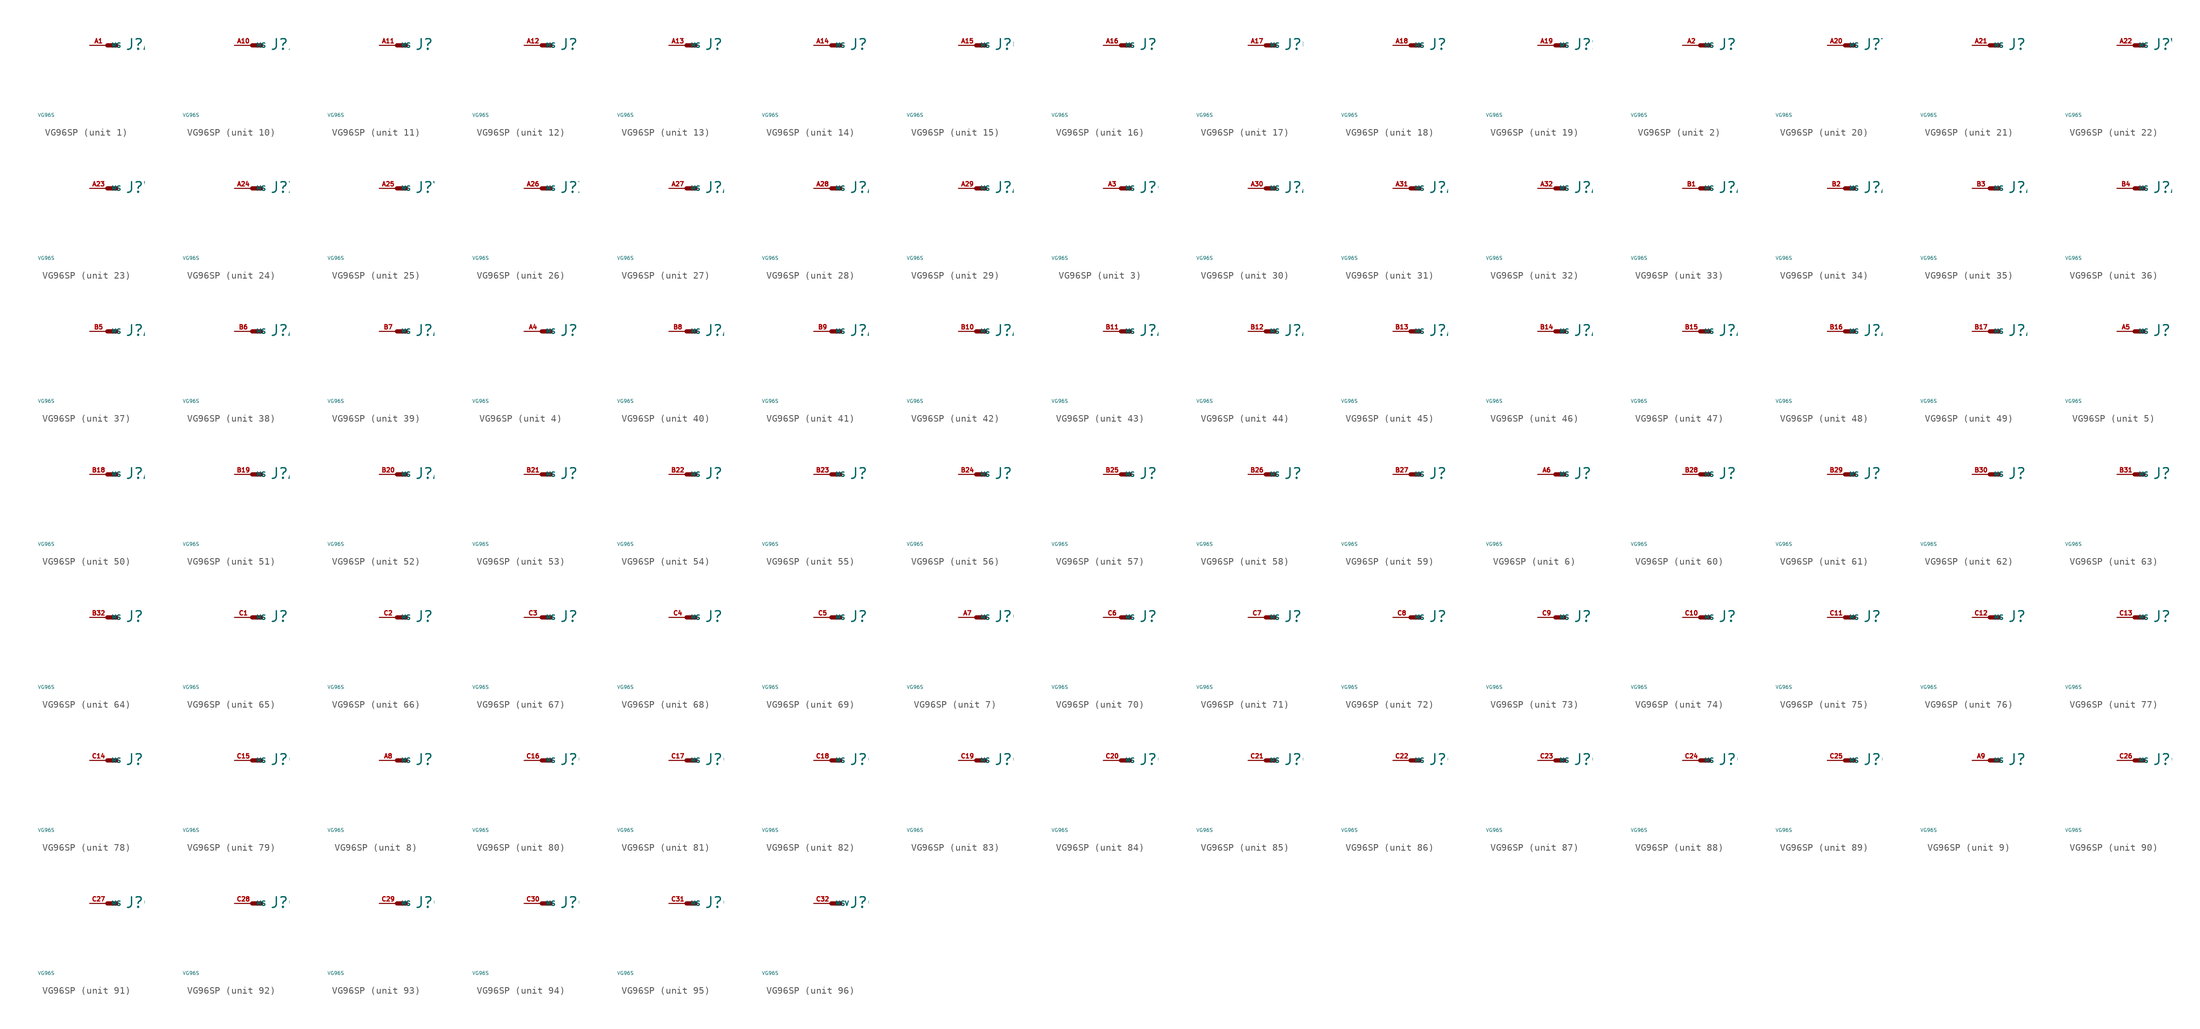
<source format=kicad_sym>
(kicad_symbol_lib
  (version 20220914)
  (generator Eagle2Kicad)
  (symbol "VG96SP"
    (property "Reference" "J"
      (at 2.54 -0.762 0)
      (effects (font (size 1.524 1.524) (thickness 0.19)) (justify left bottom)))
    (property "Value" "VG96S"
      (at -10 -10 0)
      (effects (font (size 0.5 0.5) (thickness 0.06)) (justify left)))
    (symbol "VG96SP_1_0"
      (polyline (pts (xy 0 0) (xy 1.27 0)) (stroke (width 0.61) (type default)) (fill (type none)))
      (pin passive line (at -2.54 0 0) (length 2.54) (name "MS" (effects (font (size 0.635 0.635) (thickness 0.08)) (justify left bottom))) (number "A1" (effects (font (size 0.635 0.635) (thickness 0.08)) (justify left bottom)))))
    (symbol "VG96SP_2_0"
      (polyline (pts (xy 0 0) (xy 1.27 0)) (stroke (width 0.61) (type default)) (fill (type none)))
      (pin passive line (at -2.54 0 0) (length 2.54) (name "MS" (effects (font (size 0.635 0.635) (thickness 0.08)) (justify left bottom))) (number "A2" (effects (font (size 0.635 0.635) (thickness 0.08)) (justify left bottom)))))
    (symbol "VG96SP_3_0"
      (polyline (pts (xy 0 0) (xy 1.27 0)) (stroke (width 0.61) (type default)) (fill (type none)))
      (pin passive line (at -2.54 0 0) (length 2.54) (name "MS" (effects (font (size 0.635 0.635) (thickness 0.08)) (justify left bottom))) (number "A3" (effects (font (size 0.635 0.635) (thickness 0.08)) (justify left bottom)))))
    (symbol "VG96SP_4_0"
      (polyline (pts (xy 0 0) (xy 1.27 0)) (stroke (width 0.61) (type default)) (fill (type none)))
      (pin passive line (at -2.54 0 0) (length 2.54) (name "MS" (effects (font (size 0.635 0.635) (thickness 0.08)) (justify left bottom))) (number "A4" (effects (font (size 0.635 0.635) (thickness 0.08)) (justify left bottom)))))
    (symbol "VG96SP_5_0"
      (polyline (pts (xy 0 0) (xy 1.27 0)) (stroke (width 0.61) (type default)) (fill (type none)))
      (pin passive line (at -2.54 0 0) (length 2.54) (name "MS" (effects (font (size 0.635 0.635) (thickness 0.08)) (justify left bottom))) (number "A5" (effects (font (size 0.635 0.635) (thickness 0.08)) (justify left bottom)))))
    (symbol "VG96SP_6_0"
      (polyline (pts (xy 0 0) (xy 1.27 0)) (stroke (width 0.61) (type default)) (fill (type none)))
      (pin passive line (at -2.54 0 0) (length 2.54) (name "MS" (effects (font (size 0.635 0.635) (thickness 0.08)) (justify left bottom))) (number "A6" (effects (font (size 0.635 0.635) (thickness 0.08)) (justify left bottom)))))
    (symbol "VG96SP_7_0"
      (polyline (pts (xy 0 0) (xy 1.27 0)) (stroke (width 0.61) (type default)) (fill (type none)))
      (pin passive line (at -2.54 0 0) (length 2.54) (name "MS" (effects (font (size 0.635 0.635) (thickness 0.08)) (justify left bottom))) (number "A7" (effects (font (size 0.635 0.635) (thickness 0.08)) (justify left bottom)))))
    (symbol "VG96SP_8_0"
      (polyline (pts (xy 0 0) (xy 1.27 0)) (stroke (width 0.61) (type default)) (fill (type none)))
      (pin passive line (at -2.54 0 0) (length 2.54) (name "MS" (effects (font (size 0.635 0.635) (thickness 0.08)) (justify left bottom))) (number "A8" (effects (font (size 0.635 0.635) (thickness 0.08)) (justify left bottom)))))
    (symbol "VG96SP_9_0"
      (polyline (pts (xy 0 0) (xy 1.27 0)) (stroke (width 0.61) (type default)) (fill (type none)))
      (pin passive line (at -2.54 0 0) (length 2.54) (name "MS" (effects (font (size 0.635 0.635) (thickness 0.08)) (justify left bottom))) (number "A9" (effects (font (size 0.635 0.635) (thickness 0.08)) (justify left bottom)))))
    (symbol "VG96SP_10_0"
      (polyline (pts (xy 0 0) (xy 1.27 0)) (stroke (width 0.61) (type default)) (fill (type none)))
      (pin passive line (at -2.54 0 0) (length 2.54) (name "MS" (effects (font (size 0.635 0.635) (thickness 0.08)) (justify left bottom))) (number "A10" (effects (font (size 0.635 0.635) (thickness 0.08)) (justify left bottom)))))
    (symbol "VG96SP_11_0"
      (polyline (pts (xy 0 0) (xy 1.27 0)) (stroke (width 0.61) (type default)) (fill (type none)))
      (pin passive line (at -2.54 0 0) (length 2.54) (name "MS" (effects (font (size 0.635 0.635) (thickness 0.08)) (justify left bottom))) (number "A11" (effects (font (size 0.635 0.635) (thickness 0.08)) (justify left bottom)))))
    (symbol "VG96SP_12_0"
      (polyline (pts (xy 0 0) (xy 1.27 0)) (stroke (width 0.61) (type default)) (fill (type none)))
      (pin passive line (at -2.54 0 0) (length 2.54) (name "MS" (effects (font (size 0.635 0.635) (thickness 0.08)) (justify left bottom))) (number "A12" (effects (font (size 0.635 0.635) (thickness 0.08)) (justify left bottom)))))
    (symbol "VG96SP_13_0"
      (polyline (pts (xy 0 0) (xy 1.27 0)) (stroke (width 0.61) (type default)) (fill (type none)))
      (pin passive line (at -2.54 0 0) (length 2.54) (name "MS" (effects (font (size 0.635 0.635) (thickness 0.08)) (justify left bottom))) (number "A13" (effects (font (size 0.635 0.635) (thickness 0.08)) (justify left bottom)))))
    (symbol "VG96SP_14_0"
      (polyline (pts (xy 0 0) (xy 1.27 0)) (stroke (width 0.61) (type default)) (fill (type none)))
      (pin passive line (at -2.54 0 0) (length 2.54) (name "MS" (effects (font (size 0.635 0.635) (thickness 0.08)) (justify left bottom))) (number "A14" (effects (font (size 0.635 0.635) (thickness 0.08)) (justify left bottom)))))
    (symbol "VG96SP_15_0"
      (polyline (pts (xy 0 0) (xy 1.27 0)) (stroke (width 0.61) (type default)) (fill (type none)))
      (pin passive line (at -2.54 0 0) (length 2.54) (name "MS" (effects (font (size 0.635 0.635) (thickness 0.08)) (justify left bottom))) (number "A15" (effects (font (size 0.635 0.635) (thickness 0.08)) (justify left bottom)))))
    (symbol "VG96SP_16_0"
      (polyline (pts (xy 0 0) (xy 1.27 0)) (stroke (width 0.61) (type default)) (fill (type none)))
      (pin passive line (at -2.54 0 0) (length 2.54) (name "MS" (effects (font (size 0.635 0.635) (thickness 0.08)) (justify left bottom))) (number "A16" (effects (font (size 0.635 0.635) (thickness 0.08)) (justify left bottom)))))
    (symbol "VG96SP_17_0"
      (polyline (pts (xy 0 0) (xy 1.27 0)) (stroke (width 0.61) (type default)) (fill (type none)))
      (pin passive line (at -2.54 0 0) (length 2.54) (name "MS" (effects (font (size 0.635 0.635) (thickness 0.08)) (justify left bottom))) (number "A17" (effects (font (size 0.635 0.635) (thickness 0.08)) (justify left bottom)))))
    (symbol "VG96SP_18_0"
      (polyline (pts (xy 0 0) (xy 1.27 0)) (stroke (width 0.61) (type default)) (fill (type none)))
      (pin passive line (at -2.54 0 0) (length 2.54) (name "MS" (effects (font (size 0.635 0.635) (thickness 0.08)) (justify left bottom))) (number "A18" (effects (font (size 0.635 0.635) (thickness 0.08)) (justify left bottom)))))
    (symbol "VG96SP_19_0"
      (polyline (pts (xy 0 0) (xy 1.27 0)) (stroke (width 0.61) (type default)) (fill (type none)))
      (pin passive line (at -2.54 0 0) (length 2.54) (name "MS" (effects (font (size 0.635 0.635) (thickness 0.08)) (justify left bottom))) (number "A19" (effects (font (size 0.635 0.635) (thickness 0.08)) (justify left bottom)))))
    (symbol "VG96SP_20_0"
      (polyline (pts (xy 0 0) (xy 1.27 0)) (stroke (width 0.61) (type default)) (fill (type none)))
      (pin passive line (at -2.54 0 0) (length 2.54) (name "MS" (effects (font (size 0.635 0.635) (thickness 0.08)) (justify left bottom))) (number "A20" (effects (font (size 0.635 0.635) (thickness 0.08)) (justify left bottom)))))
    (symbol "VG96SP_21_0"
      (polyline (pts (xy 0 0) (xy 1.27 0)) (stroke (width 0.61) (type default)) (fill (type none)))
      (pin passive line (at -2.54 0 0) (length 2.54) (name "MS" (effects (font (size 0.635 0.635) (thickness 0.08)) (justify left bottom))) (number "A21" (effects (font (size 0.635 0.635) (thickness 0.08)) (justify left bottom)))))
    (symbol "VG96SP_22_0"
      (polyline (pts (xy 0 0) (xy 1.27 0)) (stroke (width 0.61) (type default)) (fill (type none)))
      (pin passive line (at -2.54 0 0) (length 2.54) (name "MS" (effects (font (size 0.635 0.635) (thickness 0.08)) (justify left bottom))) (number "A22" (effects (font (size 0.635 0.635) (thickness 0.08)) (justify left bottom)))))
    (symbol "VG96SP_23_0"
      (polyline (pts (xy 0 0) (xy 1.27 0)) (stroke (width 0.61) (type default)) (fill (type none)))
      (pin passive line (at -2.54 0 0) (length 2.54) (name "MS" (effects (font (size 0.635 0.635) (thickness 0.08)) (justify left bottom))) (number "A23" (effects (font (size 0.635 0.635) (thickness 0.08)) (justify left bottom)))))
    (symbol "VG96SP_24_0"
      (polyline (pts (xy 0 0) (xy 1.27 0)) (stroke (width 0.61) (type default)) (fill (type none)))
      (pin passive line (at -2.54 0 0) (length 2.54) (name "MS" (effects (font (size 0.635 0.635) (thickness 0.08)) (justify left bottom))) (number "A24" (effects (font (size 0.635 0.635) (thickness 0.08)) (justify left bottom)))))
    (symbol "VG96SP_25_0"
      (polyline (pts (xy 0 0) (xy 1.27 0)) (stroke (width 0.61) (type default)) (fill (type none)))
      (pin passive line (at -2.54 0 0) (length 2.54) (name "MS" (effects (font (size 0.635 0.635) (thickness 0.08)) (justify left bottom))) (number "A25" (effects (font (size 0.635 0.635) (thickness 0.08)) (justify left bottom)))))
    (symbol "VG96SP_26_0"
      (polyline (pts (xy 0 0) (xy 1.27 0)) (stroke (width 0.61) (type default)) (fill (type none)))
      (pin passive line (at -2.54 0 0) (length 2.54) (name "MS" (effects (font (size 0.635 0.635) (thickness 0.08)) (justify left bottom))) (number "A26" (effects (font (size 0.635 0.635) (thickness 0.08)) (justify left bottom)))))
    (symbol "VG96SP_27_0"
      (polyline (pts (xy 0 0) (xy 1.27 0)) (stroke (width 0.61) (type default)) (fill (type none)))
      (pin passive line (at -2.54 0 0) (length 2.54) (name "MS" (effects (font (size 0.635 0.635) (thickness 0.08)) (justify left bottom))) (number "A27" (effects (font (size 0.635 0.635) (thickness 0.08)) (justify left bottom)))))
    (symbol "VG96SP_28_0"
      (polyline (pts (xy 0 0) (xy 1.27 0)) (stroke (width 0.61) (type default)) (fill (type none)))
      (pin passive line (at -2.54 0 0) (length 2.54) (name "MS" (effects (font (size 0.635 0.635) (thickness 0.08)) (justify left bottom))) (number "A28" (effects (font (size 0.635 0.635) (thickness 0.08)) (justify left bottom)))))
    (symbol "VG96SP_29_0"
      (polyline (pts (xy 0 0) (xy 1.27 0)) (stroke (width 0.61) (type default)) (fill (type none)))
      (pin passive line (at -2.54 0 0) (length 2.54) (name "MS" (effects (font (size 0.635 0.635) (thickness 0.08)) (justify left bottom))) (number "A29" (effects (font (size 0.635 0.635) (thickness 0.08)) (justify left bottom)))))
    (symbol "VG96SP_30_0"
      (polyline (pts (xy 0 0) (xy 1.27 0)) (stroke (width 0.61) (type default)) (fill (type none)))
      (pin passive line (at -2.54 0 0) (length 2.54) (name "MS" (effects (font (size 0.635 0.635) (thickness 0.08)) (justify left bottom))) (number "A30" (effects (font (size 0.635 0.635) (thickness 0.08)) (justify left bottom)))))
    (symbol "VG96SP_31_0"
      (polyline (pts (xy 0 0) (xy 1.27 0)) (stroke (width 0.61) (type default)) (fill (type none)))
      (pin passive line (at -2.54 0 0) (length 2.54) (name "MS" (effects (font (size 0.635 0.635) (thickness 0.08)) (justify left bottom))) (number "A31" (effects (font (size 0.635 0.635) (thickness 0.08)) (justify left bottom)))))
    (symbol "VG96SP_32_0"
      (polyline (pts (xy 0 0) (xy 1.27 0)) (stroke (width 0.61) (type default)) (fill (type none)))
      (pin passive line (at -2.54 0 0) (length 2.54) (name "MS" (effects (font (size 0.635 0.635) (thickness 0.08)) (justify left bottom))) (number "A32" (effects (font (size 0.635 0.635) (thickness 0.08)) (justify left bottom)))))
    (symbol "VG96SP_33_0"
      (polyline (pts (xy 0 0) (xy 1.27 0)) (stroke (width 0.61) (type default)) (fill (type none)))
      (pin passive line (at -2.54 0 0) (length 2.54) (name "MS" (effects (font (size 0.635 0.635) (thickness 0.08)) (justify left bottom))) (number "B1" (effects (font (size 0.635 0.635) (thickness 0.08)) (justify left bottom)))))
    (symbol "VG96SP_34_0"
      (polyline (pts (xy 0 0) (xy 1.27 0)) (stroke (width 0.61) (type default)) (fill (type none)))
      (pin passive line (at -2.54 0 0) (length 2.54) (name "MS" (effects (font (size 0.635 0.635) (thickness 0.08)) (justify left bottom))) (number "B2" (effects (font (size 0.635 0.635) (thickness 0.08)) (justify left bottom)))))
    (symbol "VG96SP_35_0"
      (polyline (pts (xy 0 0) (xy 1.27 0)) (stroke (width 0.61) (type default)) (fill (type none)))
      (pin passive line (at -2.54 0 0) (length 2.54) (name "MS" (effects (font (size 0.635 0.635) (thickness 0.08)) (justify left bottom))) (number "B3" (effects (font (size 0.635 0.635) (thickness 0.08)) (justify left bottom)))))
    (symbol "VG96SP_36_0"
      (polyline (pts (xy 0 0) (xy 1.27 0)) (stroke (width 0.61) (type default)) (fill (type none)))
      (pin passive line (at -2.54 0 0) (length 2.54) (name "MS" (effects (font (size 0.635 0.635) (thickness 0.08)) (justify left bottom))) (number "B4" (effects (font (size 0.635 0.635) (thickness 0.08)) (justify left bottom)))))
    (symbol "VG96SP_37_0"
      (polyline (pts (xy 0 0) (xy 1.27 0)) (stroke (width 0.61) (type default)) (fill (type none)))
      (pin passive line (at -2.54 0 0) (length 2.54) (name "MS" (effects (font (size 0.635 0.635) (thickness 0.08)) (justify left bottom))) (number "B5" (effects (font (size 0.635 0.635) (thickness 0.08)) (justify left bottom)))))
    (symbol "VG96SP_38_0"
      (polyline (pts (xy 0 0) (xy 1.27 0)) (stroke (width 0.61) (type default)) (fill (type none)))
      (pin passive line (at -2.54 0 0) (length 2.54) (name "MS" (effects (font (size 0.635 0.635) (thickness 0.08)) (justify left bottom))) (number "B6" (effects (font (size 0.635 0.635) (thickness 0.08)) (justify left bottom)))))
    (symbol "VG96SP_39_0"
      (polyline (pts (xy 0 0) (xy 1.27 0)) (stroke (width 0.61) (type default)) (fill (type none)))
      (pin passive line (at -2.54 0 0) (length 2.54) (name "MS" (effects (font (size 0.635 0.635) (thickness 0.08)) (justify left bottom))) (number "B7" (effects (font (size 0.635 0.635) (thickness 0.08)) (justify left bottom)))))
    (symbol "VG96SP_40_0"
      (polyline (pts (xy 0 0) (xy 1.27 0)) (stroke (width 0.61) (type default)) (fill (type none)))
      (pin passive line (at -2.54 0 0) (length 2.54) (name "MS" (effects (font (size 0.635 0.635) (thickness 0.08)) (justify left bottom))) (number "B8" (effects (font (size 0.635 0.635) (thickness 0.08)) (justify left bottom)))))
    (symbol "VG96SP_41_0"
      (polyline (pts (xy 0 0) (xy 1.27 0)) (stroke (width 0.61) (type default)) (fill (type none)))
      (pin passive line (at -2.54 0 0) (length 2.54) (name "MS" (effects (font (size 0.635 0.635) (thickness 0.08)) (justify left bottom))) (number "B9" (effects (font (size 0.635 0.635) (thickness 0.08)) (justify left bottom)))))
    (symbol "VG96SP_42_0"
      (polyline (pts (xy 0 0) (xy 1.27 0)) (stroke (width 0.61) (type default)) (fill (type none)))
      (pin passive line (at -2.54 0 0) (length 2.54) (name "MS" (effects (font (size 0.635 0.635) (thickness 0.08)) (justify left bottom))) (number "B10" (effects (font (size 0.635 0.635) (thickness 0.08)) (justify left bottom)))))
    (symbol "VG96SP_43_0"
      (polyline (pts (xy 0 0) (xy 1.27 0)) (stroke (width 0.61) (type default)) (fill (type none)))
      (pin passive line (at -2.54 0 0) (length 2.54) (name "MS" (effects (font (size 0.635 0.635) (thickness 0.08)) (justify left bottom))) (number "B11" (effects (font (size 0.635 0.635) (thickness 0.08)) (justify left bottom)))))
    (symbol "VG96SP_44_0"
      (polyline (pts (xy 0 0) (xy 1.27 0)) (stroke (width 0.61) (type default)) (fill (type none)))
      (pin passive line (at -2.54 0 0) (length 2.54) (name "MS" (effects (font (size 0.635 0.635) (thickness 0.08)) (justify left bottom))) (number "B12" (effects (font (size 0.635 0.635) (thickness 0.08)) (justify left bottom)))))
    (symbol "VG96SP_45_0"
      (polyline (pts (xy 0 0) (xy 1.27 0)) (stroke (width 0.61) (type default)) (fill (type none)))
      (pin passive line (at -2.54 0 0) (length 2.54) (name "MS" (effects (font (size 0.635 0.635) (thickness 0.08)) (justify left bottom))) (number "B13" (effects (font (size 0.635 0.635) (thickness 0.08)) (justify left bottom)))))
    (symbol "VG96SP_46_0"
      (polyline (pts (xy 0 0) (xy 1.27 0)) (stroke (width 0.61) (type default)) (fill (type none)))
      (pin passive line (at -2.54 0 0) (length 2.54) (name "MS" (effects (font (size 0.635 0.635) (thickness 0.08)) (justify left bottom))) (number "B14" (effects (font (size 0.635 0.635) (thickness 0.08)) (justify left bottom)))))
    (symbol "VG96SP_47_0"
      (polyline (pts (xy 0 0) (xy 1.27 0)) (stroke (width 0.61) (type default)) (fill (type none)))
      (pin passive line (at -2.54 0 0) (length 2.54) (name "MS" (effects (font (size 0.635 0.635) (thickness 0.08)) (justify left bottom))) (number "B15" (effects (font (size 0.635 0.635) (thickness 0.08)) (justify left bottom)))))
    (symbol "VG96SP_48_0"
      (polyline (pts (xy 0 0) (xy 1.27 0)) (stroke (width 0.61) (type default)) (fill (type none)))
      (pin passive line (at -2.54 0 0) (length 2.54) (name "MS" (effects (font (size 0.635 0.635) (thickness 0.08)) (justify left bottom))) (number "B16" (effects (font (size 0.635 0.635) (thickness 0.08)) (justify left bottom)))))
    (symbol "VG96SP_49_0"
      (polyline (pts (xy 0 0) (xy 1.27 0)) (stroke (width 0.61) (type default)) (fill (type none)))
      (pin passive line (at -2.54 0 0) (length 2.54) (name "MS" (effects (font (size 0.635 0.635) (thickness 0.08)) (justify left bottom))) (number "B17" (effects (font (size 0.635 0.635) (thickness 0.08)) (justify left bottom)))))
    (symbol "VG96SP_50_0"
      (polyline (pts (xy 0 0) (xy 1.27 0)) (stroke (width 0.61) (type default)) (fill (type none)))
      (pin passive line (at -2.54 0 0) (length 2.54) (name "MS" (effects (font (size 0.635 0.635) (thickness 0.08)) (justify left bottom))) (number "B18" (effects (font (size 0.635 0.635) (thickness 0.08)) (justify left bottom)))))
    (symbol "VG96SP_51_0"
      (polyline (pts (xy 0 0) (xy 1.27 0)) (stroke (width 0.61) (type default)) (fill (type none)))
      (pin passive line (at -2.54 0 0) (length 2.54) (name "MS" (effects (font (size 0.635 0.635) (thickness 0.08)) (justify left bottom))) (number "B19" (effects (font (size 0.635 0.635) (thickness 0.08)) (justify left bottom)))))
    (symbol "VG96SP_52_0"
      (polyline (pts (xy 0 0) (xy 1.27 0)) (stroke (width 0.61) (type default)) (fill (type none)))
      (pin passive line (at -2.54 0 0) (length 2.54) (name "MS" (effects (font (size 0.635 0.635) (thickness 0.08)) (justify left bottom))) (number "B20" (effects (font (size 0.635 0.635) (thickness 0.08)) (justify left bottom)))))
    (symbol "VG96SP_53_0"
      (polyline (pts (xy 0 0) (xy 1.27 0)) (stroke (width 0.61) (type default)) (fill (type none)))
      (pin passive line (at -2.54 0 0) (length 2.54) (name "MS" (effects (font (size 0.635 0.635) (thickness 0.08)) (justify left bottom))) (number "B21" (effects (font (size 0.635 0.635) (thickness 0.08)) (justify left bottom)))))
    (symbol "VG96SP_54_0"
      (polyline (pts (xy 0 0) (xy 1.27 0)) (stroke (width 0.61) (type default)) (fill (type none)))
      (pin passive line (at -2.54 0 0) (length 2.54) (name "MS" (effects (font (size 0.635 0.635) (thickness 0.08)) (justify left bottom))) (number "B22" (effects (font (size 0.635 0.635) (thickness 0.08)) (justify left bottom)))))
    (symbol "VG96SP_55_0"
      (polyline (pts (xy 0 0) (xy 1.27 0)) (stroke (width 0.61) (type default)) (fill (type none)))
      (pin passive line (at -2.54 0 0) (length 2.54) (name "MS" (effects (font (size 0.635 0.635) (thickness 0.08)) (justify left bottom))) (number "B23" (effects (font (size 0.635 0.635) (thickness 0.08)) (justify left bottom)))))
    (symbol "VG96SP_56_0"
      (polyline (pts (xy 0 0) (xy 1.27 0)) (stroke (width 0.61) (type default)) (fill (type none)))
      (pin passive line (at -2.54 0 0) (length 2.54) (name "MS" (effects (font (size 0.635 0.635) (thickness 0.08)) (justify left bottom))) (number "B24" (effects (font (size 0.635 0.635) (thickness 0.08)) (justify left bottom)))))
    (symbol "VG96SP_57_0"
      (polyline (pts (xy 0 0) (xy 1.27 0)) (stroke (width 0.61) (type default)) (fill (type none)))
      (pin passive line (at -2.54 0 0) (length 2.54) (name "MS" (effects (font (size 0.635 0.635) (thickness 0.08)) (justify left bottom))) (number "B25" (effects (font (size 0.635 0.635) (thickness 0.08)) (justify left bottom)))))
    (symbol "VG96SP_58_0"
      (polyline (pts (xy 0 0) (xy 1.27 0)) (stroke (width 0.61) (type default)) (fill (type none)))
      (pin passive line (at -2.54 0 0) (length 2.54) (name "MS" (effects (font (size 0.635 0.635) (thickness 0.08)) (justify left bottom))) (number "B26" (effects (font (size 0.635 0.635) (thickness 0.08)) (justify left bottom)))))
    (symbol "VG96SP_59_0"
      (polyline (pts (xy 0 0) (xy 1.27 0)) (stroke (width 0.61) (type default)) (fill (type none)))
      (pin passive line (at -2.54 0 0) (length 2.54) (name "MS" (effects (font (size 0.635 0.635) (thickness 0.08)) (justify left bottom))) (number "B27" (effects (font (size 0.635 0.635) (thickness 0.08)) (justify left bottom)))))
    (symbol "VG96SP_60_0"
      (polyline (pts (xy 0 0) (xy 1.27 0)) (stroke (width 0.61) (type default)) (fill (type none)))
      (pin passive line (at -2.54 0 0) (length 2.54) (name "MS" (effects (font (size 0.635 0.635) (thickness 0.08)) (justify left bottom))) (number "B28" (effects (font (size 0.635 0.635) (thickness 0.08)) (justify left bottom)))))
    (symbol "VG96SP_61_0"
      (polyline (pts (xy 0 0) (xy 1.27 0)) (stroke (width 0.61) (type default)) (fill (type none)))
      (pin passive line (at -2.54 0 0) (length 2.54) (name "MS" (effects (font (size 0.635 0.635) (thickness 0.08)) (justify left bottom))) (number "B29" (effects (font (size 0.635 0.635) (thickness 0.08)) (justify left bottom)))))
    (symbol "VG96SP_62_0"
      (polyline (pts (xy 0 0) (xy 1.27 0)) (stroke (width 0.61) (type default)) (fill (type none)))
      (pin passive line (at -2.54 0 0) (length 2.54) (name "MS" (effects (font (size 0.635 0.635) (thickness 0.08)) (justify left bottom))) (number "B30" (effects (font (size 0.635 0.635) (thickness 0.08)) (justify left bottom)))))
    (symbol "VG96SP_63_0"
      (polyline (pts (xy 0 0) (xy 1.27 0)) (stroke (width 0.61) (type default)) (fill (type none)))
      (pin passive line (at -2.54 0 0) (length 2.54) (name "MS" (effects (font (size 0.635 0.635) (thickness 0.08)) (justify left bottom))) (number "B31" (effects (font (size 0.635 0.635) (thickness 0.08)) (justify left bottom)))))
    (symbol "VG96SP_64_0"
      (polyline (pts (xy 0 0) (xy 1.27 0)) (stroke (width 0.61) (type default)) (fill (type none)))
      (pin passive line (at -2.54 0 0) (length 2.54) (name "MS" (effects (font (size 0.635 0.635) (thickness 0.08)) (justify left bottom))) (number "B32" (effects (font (size 0.635 0.635) (thickness 0.08)) (justify left bottom)))))
    (symbol "VG96SP_65_0"
      (polyline (pts (xy 0 0) (xy 1.27 0)) (stroke (width 0.61) (type default)) (fill (type none)))
      (pin passive line (at -2.54 0 0) (length 2.54) (name "MS" (effects (font (size 0.635 0.635) (thickness 0.08)) (justify left bottom))) (number "C1" (effects (font (size 0.635 0.635) (thickness 0.08)) (justify left bottom)))))
    (symbol "VG96SP_66_0"
      (polyline (pts (xy 0 0) (xy 1.27 0)) (stroke (width 0.61) (type default)) (fill (type none)))
      (pin passive line (at -2.54 0 0) (length 2.54) (name "MS" (effects (font (size 0.635 0.635) (thickness 0.08)) (justify left bottom))) (number "C2" (effects (font (size 0.635 0.635) (thickness 0.08)) (justify left bottom)))))
    (symbol "VG96SP_67_0"
      (polyline (pts (xy 0 0) (xy 1.27 0)) (stroke (width 0.61) (type default)) (fill (type none)))
      (pin passive line (at -2.54 0 0) (length 2.54) (name "MS" (effects (font (size 0.635 0.635) (thickness 0.08)) (justify left bottom))) (number "C3" (effects (font (size 0.635 0.635) (thickness 0.08)) (justify left bottom)))))
    (symbol "VG96SP_68_0"
      (polyline (pts (xy 0 0) (xy 1.27 0)) (stroke (width 0.61) (type default)) (fill (type none)))
      (pin passive line (at -2.54 0 0) (length 2.54) (name "MS" (effects (font (size 0.635 0.635) (thickness 0.08)) (justify left bottom))) (number "C4" (effects (font (size 0.635 0.635) (thickness 0.08)) (justify left bottom)))))
    (symbol "VG96SP_69_0"
      (polyline (pts (xy 0 0) (xy 1.27 0)) (stroke (width 0.61) (type default)) (fill (type none)))
      (pin passive line (at -2.54 0 0) (length 2.54) (name "MS" (effects (font (size 0.635 0.635) (thickness 0.08)) (justify left bottom))) (number "C5" (effects (font (size 0.635 0.635) (thickness 0.08)) (justify left bottom)))))
    (symbol "VG96SP_70_0"
      (polyline (pts (xy 0 0) (xy 1.27 0)) (stroke (width 0.61) (type default)) (fill (type none)))
      (pin passive line (at -2.54 0 0) (length 2.54) (name "MS" (effects (font (size 0.635 0.635) (thickness 0.08)) (justify left bottom))) (number "C6" (effects (font (size 0.635 0.635) (thickness 0.08)) (justify left bottom)))))
    (symbol "VG96SP_71_0"
      (polyline (pts (xy 0 0) (xy 1.27 0)) (stroke (width 0.61) (type default)) (fill (type none)))
      (pin passive line (at -2.54 0 0) (length 2.54) (name "MS" (effects (font (size 0.635 0.635) (thickness 0.08)) (justify left bottom))) (number "C7" (effects (font (size 0.635 0.635) (thickness 0.08)) (justify left bottom)))))
    (symbol "VG96SP_72_0"
      (polyline (pts (xy 0 0) (xy 1.27 0)) (stroke (width 0.61) (type default)) (fill (type none)))
      (pin passive line (at -2.54 0 0) (length 2.54) (name "MS" (effects (font (size 0.635 0.635) (thickness 0.08)) (justify left bottom))) (number "C8" (effects (font (size 0.635 0.635) (thickness 0.08)) (justify left bottom)))))
    (symbol "VG96SP_73_0"
      (polyline (pts (xy 0 0) (xy 1.27 0)) (stroke (width 0.61) (type default)) (fill (type none)))
      (pin passive line (at -2.54 0 0) (length 2.54) (name "MS" (effects (font (size 0.635 0.635) (thickness 0.08)) (justify left bottom))) (number "C9" (effects (font (size 0.635 0.635) (thickness 0.08)) (justify left bottom)))))
    (symbol "VG96SP_74_0"
      (polyline (pts (xy 0 0) (xy 1.27 0)) (stroke (width 0.61) (type default)) (fill (type none)))
      (pin passive line (at -2.54 0 0) (length 2.54) (name "MS" (effects (font (size 0.635 0.635) (thickness 0.08)) (justify left bottom))) (number "C10" (effects (font (size 0.635 0.635) (thickness 0.08)) (justify left bottom)))))
    (symbol "VG96SP_75_0"
      (polyline (pts (xy 0 0) (xy 1.27 0)) (stroke (width 0.61) (type default)) (fill (type none)))
      (pin passive line (at -2.54 0 0) (length 2.54) (name "MS" (effects (font (size 0.635 0.635) (thickness 0.08)) (justify left bottom))) (number "C11" (effects (font (size 0.635 0.635) (thickness 0.08)) (justify left bottom)))))
    (symbol "VG96SP_76_0"
      (polyline (pts (xy 0 0) (xy 1.27 0)) (stroke (width 0.61) (type default)) (fill (type none)))
      (pin passive line (at -2.54 0 0) (length 2.54) (name "MS" (effects (font (size 0.635 0.635) (thickness 0.08)) (justify left bottom))) (number "C12" (effects (font (size 0.635 0.635) (thickness 0.08)) (justify left bottom)))))
    (symbol "VG96SP_77_0"
      (polyline (pts (xy 0 0) (xy 1.27 0)) (stroke (width 0.61) (type default)) (fill (type none)))
      (pin passive line (at -2.54 0 0) (length 2.54) (name "MS" (effects (font (size 0.635 0.635) (thickness 0.08)) (justify left bottom))) (number "C13" (effects (font (size 0.635 0.635) (thickness 0.08)) (justify left bottom)))))
    (symbol "VG96SP_78_0"
      (polyline (pts (xy 0 0) (xy 1.27 0)) (stroke (width 0.61) (type default)) (fill (type none)))
      (pin passive line (at -2.54 0 0) (length 2.54) (name "MS" (effects (font (size 0.635 0.635) (thickness 0.08)) (justify left bottom))) (number "C14" (effects (font (size 0.635 0.635) (thickness 0.08)) (justify left bottom)))))
    (symbol "VG96SP_79_0"
      (polyline (pts (xy 0 0) (xy 1.27 0)) (stroke (width 0.61) (type default)) (fill (type none)))
      (pin passive line (at -2.54 0 0) (length 2.54) (name "MS" (effects (font (size 0.635 0.635) (thickness 0.08)) (justify left bottom))) (number "C15" (effects (font (size 0.635 0.635) (thickness 0.08)) (justify left bottom)))))
    (symbol "VG96SP_80_0"
      (polyline (pts (xy 0 0) (xy 1.27 0)) (stroke (width 0.61) (type default)) (fill (type none)))
      (pin passive line (at -2.54 0 0) (length 2.54) (name "MS" (effects (font (size 0.635 0.635) (thickness 0.08)) (justify left bottom))) (number "C16" (effects (font (size 0.635 0.635) (thickness 0.08)) (justify left bottom)))))
    (symbol "VG96SP_81_0"
      (polyline (pts (xy 0 0) (xy 1.27 0)) (stroke (width 0.61) (type default)) (fill (type none)))
      (pin passive line (at -2.54 0 0) (length 2.54) (name "MS" (effects (font (size 0.635 0.635) (thickness 0.08)) (justify left bottom))) (number "C17" (effects (font (size 0.635 0.635) (thickness 0.08)) (justify left bottom)))))
    (symbol "VG96SP_82_0"
      (polyline (pts (xy 0 0) (xy 1.27 0)) (stroke (width 0.61) (type default)) (fill (type none)))
      (pin passive line (at -2.54 0 0) (length 2.54) (name "MS" (effects (font (size 0.635 0.635) (thickness 0.08)) (justify left bottom))) (number "C18" (effects (font (size 0.635 0.635) (thickness 0.08)) (justify left bottom)))))
    (symbol "VG96SP_83_0"
      (polyline (pts (xy 0 0) (xy 1.27 0)) (stroke (width 0.61) (type default)) (fill (type none)))
      (pin passive line (at -2.54 0 0) (length 2.54) (name "MS" (effects (font (size 0.635 0.635) (thickness 0.08)) (justify left bottom))) (number "C19" (effects (font (size 0.635 0.635) (thickness 0.08)) (justify left bottom)))))
    (symbol "VG96SP_84_0"
      (polyline (pts (xy 0 0) (xy 1.27 0)) (stroke (width 0.61) (type default)) (fill (type none)))
      (pin passive line (at -2.54 0 0) (length 2.54) (name "MS" (effects (font (size 0.635 0.635) (thickness 0.08)) (justify left bottom))) (number "C20" (effects (font (size 0.635 0.635) (thickness 0.08)) (justify left bottom)))))
    (symbol "VG96SP_85_0"
      (polyline (pts (xy 0 0) (xy 1.27 0)) (stroke (width 0.61) (type default)) (fill (type none)))
      (pin passive line (at -2.54 0 0) (length 2.54) (name "MS" (effects (font (size 0.635 0.635) (thickness 0.08)) (justify left bottom))) (number "C21" (effects (font (size 0.635 0.635) (thickness 0.08)) (justify left bottom)))))
    (symbol "VG96SP_86_0"
      (polyline (pts (xy 0 0) (xy 1.27 0)) (stroke (width 0.61) (type default)) (fill (type none)))
      (pin passive line (at -2.54 0 0) (length 2.54) (name "MS" (effects (font (size 0.635 0.635) (thickness 0.08)) (justify left bottom))) (number "C22" (effects (font (size 0.635 0.635) (thickness 0.08)) (justify left bottom)))))
    (symbol "VG96SP_87_0"
      (polyline (pts (xy 0 0) (xy 1.27 0)) (stroke (width 0.61) (type default)) (fill (type none)))
      (pin passive line (at -2.54 0 0) (length 2.54) (name "MS" (effects (font (size 0.635 0.635) (thickness 0.08)) (justify left bottom))) (number "C23" (effects (font (size 0.635 0.635) (thickness 0.08)) (justify left bottom)))))
    (symbol "VG96SP_88_0"
      (polyline (pts (xy 0 0) (xy 1.27 0)) (stroke (width 0.61) (type default)) (fill (type none)))
      (pin passive line (at -2.54 0 0) (length 2.54) (name "MS" (effects (font (size 0.635 0.635) (thickness 0.08)) (justify left bottom))) (number "C24" (effects (font (size 0.635 0.635) (thickness 0.08)) (justify left bottom)))))
    (symbol "VG96SP_89_0"
      (polyline (pts (xy 0 0) (xy 1.27 0)) (stroke (width 0.61) (type default)) (fill (type none)))
      (pin passive line (at -2.54 0 0) (length 2.54) (name "MS" (effects (font (size 0.635 0.635) (thickness 0.08)) (justify left bottom))) (number "C25" (effects (font (size 0.635 0.635) (thickness 0.08)) (justify left bottom)))))
    (symbol "VG96SP_90_0"
      (polyline (pts (xy 0 0) (xy 1.27 0)) (stroke (width 0.61) (type default)) (fill (type none)))
      (pin passive line (at -2.54 0 0) (length 2.54) (name "MS" (effects (font (size 0.635 0.635) (thickness 0.08)) (justify left bottom))) (number "C26" (effects (font (size 0.635 0.635) (thickness 0.08)) (justify left bottom)))))
    (symbol "VG96SP_91_0"
      (polyline (pts (xy 0 0) (xy 1.27 0)) (stroke (width 0.61) (type default)) (fill (type none)))
      (pin passive line (at -2.54 0 0) (length 2.54) (name "MS" (effects (font (size 0.635 0.635) (thickness 0.08)) (justify left bottom))) (number "C27" (effects (font (size 0.635 0.635) (thickness 0.08)) (justify left bottom)))))
    (symbol "VG96SP_92_0"
      (polyline (pts (xy 0 0) (xy 1.27 0)) (stroke (width 0.61) (type default)) (fill (type none)))
      (pin passive line (at -2.54 0 0) (length 2.54) (name "MS" (effects (font (size 0.635 0.635) (thickness 0.08)) (justify left bottom))) (number "C28" (effects (font (size 0.635 0.635) (thickness 0.08)) (justify left bottom)))))
    (symbol "VG96SP_93_0"
      (polyline (pts (xy 0 0) (xy 1.27 0)) (stroke (width 0.61) (type default)) (fill (type none)))
      (pin passive line (at -2.54 0 0) (length 2.54) (name "MS" (effects (font (size 0.635 0.635) (thickness 0.08)) (justify left bottom))) (number "C29" (effects (font (size 0.635 0.635) (thickness 0.08)) (justify left bottom)))))
    (symbol "VG96SP_94_0"
      (polyline (pts (xy 0 0) (xy 1.27 0)) (stroke (width 0.61) (type default)) (fill (type none)))
      (pin passive line (at -2.54 0 0) (length 2.54) (name "MS" (effects (font (size 0.635 0.635) (thickness 0.08)) (justify left bottom))) (number "C30" (effects (font (size 0.635 0.635) (thickness 0.08)) (justify left bottom)))))
    (symbol "VG96SP_95_0"
      (polyline (pts (xy 0 0) (xy 1.27 0)) (stroke (width 0.61) (type default)) (fill (type none)))
      (pin passive line (at -2.54 0 0) (length 2.54) (name "MS" (effects (font (size 0.635 0.635) (thickness 0.08)) (justify left bottom))) (number "C31" (effects (font (size 0.635 0.635) (thickness 0.08)) (justify left bottom)))))
    (symbol "VG96SP_96_0"
      (polyline (pts (xy 0 0) (xy 1.27 0)) (stroke (width 0.61) (type default)) (fill (type none)))
      (pin passive line (at -2.54 0 0) (length 2.54) (name "MSV" (effects (font (size 0.635 0.635) (thickness 0.08)) (justify left bottom))) (number "C32" (effects (font (size 0.635 0.635) (thickness 0.08)) (justify left bottom)))))))
</source>
